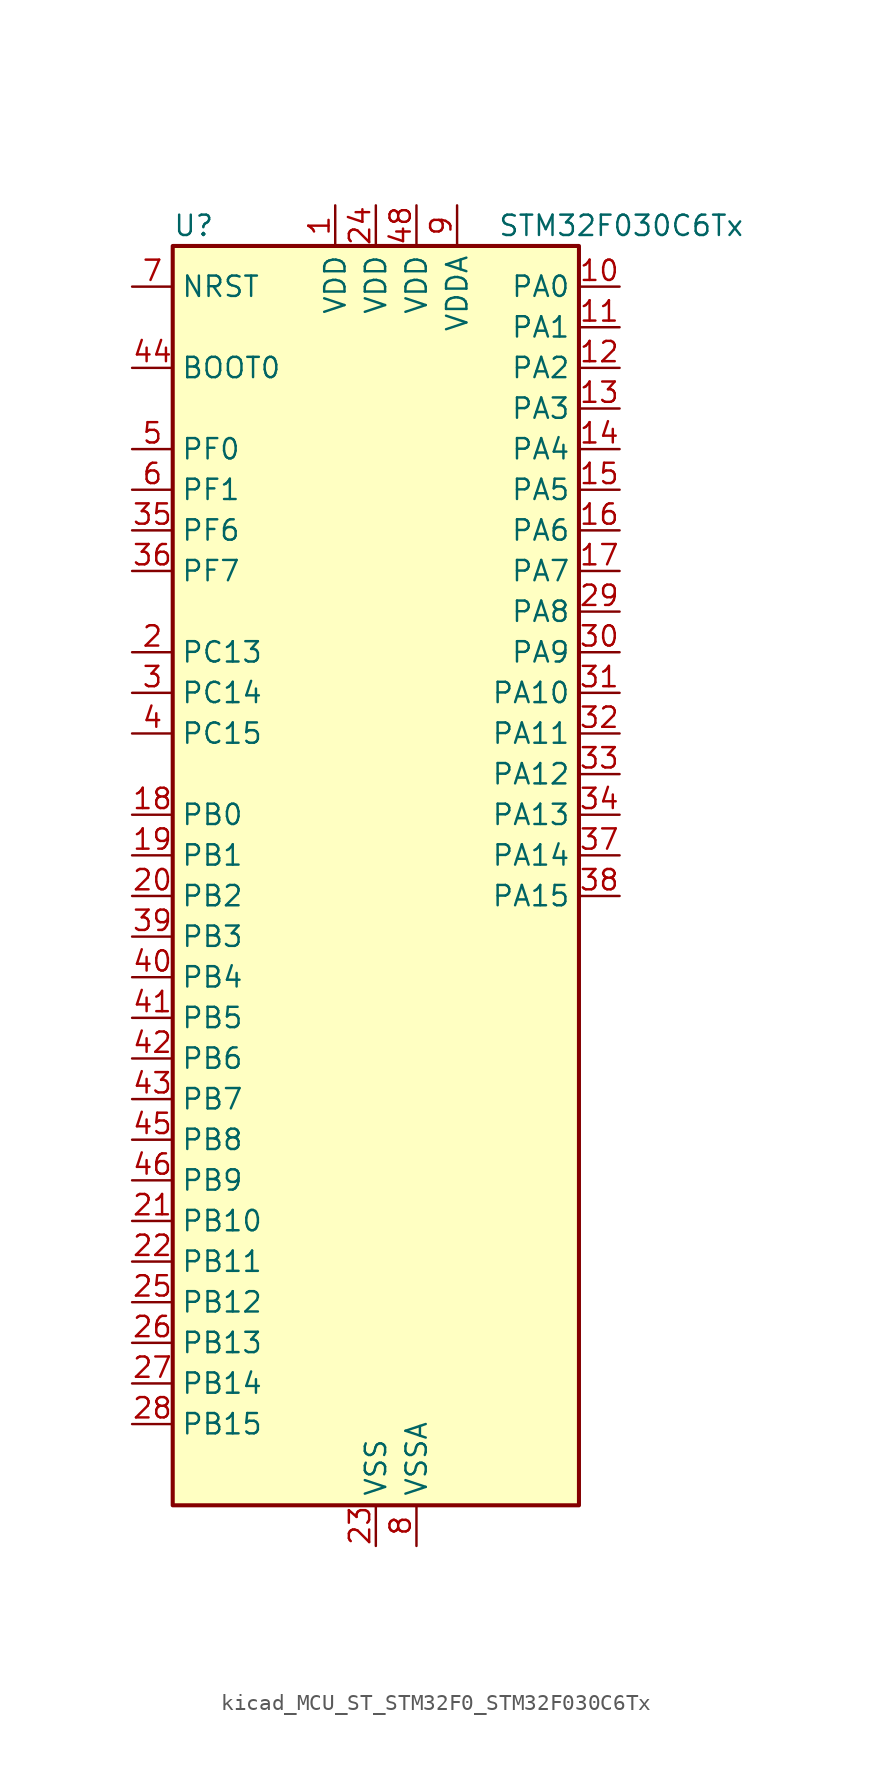
<source format=kicad_sym>
(kicad_symbol_lib
  (version 20220914)
  (generator kicad_symbol_editor)
  (symbol "kicad_MCU_ST_STM32F0_STM32F030C6Tx"
    (property "Reference" "U"
      (at -12.7 41.91 0)
      (effects (font (size 1.27 1.27)) (justify left)))
    (property "Value" "STM32F030C6Tx"
      (at 7.62 41.91 0)
      (effects (font (size 1.27 1.27)) (justify left)))
    (property "ki_locked" ""
      (at 0 0 0)
      (effects (font (size 1.27 1.27))))
    (symbol "kicad_MCU_ST_STM32F0_STM32F030C6Tx_0_1"
      (rectangle (start -12.7 -38.1) (end 12.7 40.64) (stroke (width 0.254) (type default)) (fill (type background))))
    (symbol "kicad_MCU_ST_STM32F0_STM32F030C6Tx_1_1"
      (pin power_in line (at -2.54 43.18 270) (length 2.54) (name "VDD" (effects (font (size 1.27 1.27)))) (number "1" (effects (font (size 1.27 1.27)))))
      (pin bidirectional line (at 15.24 38.1 180) (length 2.54) (name "PA0" (effects (font (size 1.27 1.27)))) (number "10" (effects (font (size 1.27 1.27)))) (alternate "ADC_IN0" bidirectional line) (alternate "RTC_TAMP2" bidirectional line) (alternate "SYS_WKUP1" bidirectional line) (alternate "USART1_CTS" bidirectional line))
      (pin bidirectional line (at 15.24 35.56 180) (length 2.54) (name "PA1" (effects (font (size 1.27 1.27)))) (number "11" (effects (font (size 1.27 1.27)))) (alternate "ADC_IN1" bidirectional line) (alternate "USART1_DE" bidirectional line) (alternate "USART1_RTS" bidirectional line))
      (pin bidirectional line (at 15.24 33.02 180) (length 2.54) (name "PA2" (effects (font (size 1.27 1.27)))) (number "12" (effects (font (size 1.27 1.27)))) (alternate "ADC_IN2" bidirectional line) (alternate "USART1_TX" bidirectional line))
      (pin bidirectional line (at 15.24 30.48 180) (length 2.54) (name "PA3" (effects (font (size 1.27 1.27)))) (number "13" (effects (font (size 1.27 1.27)))) (alternate "ADC_IN3" bidirectional line) (alternate "USART1_RX" bidirectional line))
      (pin bidirectional line (at 15.24 27.94 180) (length 2.54) (name "PA4" (effects (font (size 1.27 1.27)))) (number "14" (effects (font (size 1.27 1.27)))) (alternate "ADC_IN4" bidirectional line) (alternate "SPI1_NSS" bidirectional line) (alternate "TIM14_CH1" bidirectional line) (alternate "USART1_CK" bidirectional line))
      (pin bidirectional line (at 15.24 25.4 180) (length 2.54) (name "PA5" (effects (font (size 1.27 1.27)))) (number "15" (effects (font (size 1.27 1.27)))) (alternate "ADC_IN5" bidirectional line) (alternate "SPI1_SCK" bidirectional line))
      (pin bidirectional line (at 15.24 22.86 180) (length 2.54) (name "PA6" (effects (font (size 1.27 1.27)))) (number "16" (effects (font (size 1.27 1.27)))) (alternate "ADC_IN6" bidirectional line) (alternate "SPI1_MISO" bidirectional line) (alternate "TIM16_CH1" bidirectional line) (alternate "TIM1_BKIN" bidirectional line) (alternate "TIM3_CH1" bidirectional line))
      (pin bidirectional line (at 15.24 20.32 180) (length 2.54) (name "PA7" (effects (font (size 1.27 1.27)))) (number "17" (effects (font (size 1.27 1.27)))) (alternate "ADC_IN7" bidirectional line) (alternate "SPI1_MOSI" bidirectional line) (alternate "TIM14_CH1" bidirectional line) (alternate "TIM17_CH1" bidirectional line) (alternate "TIM1_CH1N" bidirectional line) (alternate "TIM3_CH2" bidirectional line))
      (pin bidirectional line (at -15.24 5.08 0) (length 2.54) (name "PB0" (effects (font (size 1.27 1.27)))) (number "18" (effects (font (size 1.27 1.27)))) (alternate "ADC_IN8" bidirectional line) (alternate "TIM1_CH2N" bidirectional line) (alternate "TIM3_CH3" bidirectional line))
      (pin bidirectional line (at -15.24 2.54 0) (length 2.54) (name "PB1" (effects (font (size 1.27 1.27)))) (number "19" (effects (font (size 1.27 1.27)))) (alternate "ADC_IN9" bidirectional line) (alternate "TIM14_CH1" bidirectional line) (alternate "TIM1_CH3N" bidirectional line) (alternate "TIM3_CH4" bidirectional line))
      (pin bidirectional line (at -15.24 15.24 0) (length 2.54) (name "PC13" (effects (font (size 1.27 1.27)))) (number "2" (effects (font (size 1.27 1.27)))) (alternate "RTC_OUT_ALARM" bidirectional line) (alternate "RTC_OUT_CALIB" bidirectional line) (alternate "RTC_TAMP1" bidirectional line) (alternate "RTC_TS" bidirectional line) (alternate "SYS_WKUP2" bidirectional line))
      (pin bidirectional line (at -15.24 0 0) (length 2.54) (name "PB2" (effects (font (size 1.27 1.27)))) (number "20" (effects (font (size 1.27 1.27)))))
      (pin bidirectional line (at -15.24 -20.32 0) (length 2.54) (name "PB10" (effects (font (size 1.27 1.27)))) (number "21" (effects (font (size 1.27 1.27)))) (alternate "I2C1_SCL" bidirectional line))
      (pin bidirectional line (at -15.24 -22.86 0) (length 2.54) (name "PB11" (effects (font (size 1.27 1.27)))) (number "22" (effects (font (size 1.27 1.27)))) (alternate "I2C1_SDA" bidirectional line))
      (pin power_in line (at 0 -40.64 90) (length 2.54) (name "VSS" (effects (font (size 1.27 1.27)))) (number "23" (effects (font (size 1.27 1.27)))))
      (pin power_in line (at 0 43.18 270) (length 2.54) (name "VDD" (effects (font (size 1.27 1.27)))) (number "24" (effects (font (size 1.27 1.27)))))
      (pin bidirectional line (at -15.24 -25.4 0) (length 2.54) (name "PB12" (effects (font (size 1.27 1.27)))) (number "25" (effects (font (size 1.27 1.27)))) (alternate "SPI1_NSS" bidirectional line) (alternate "TIM1_BKIN" bidirectional line))
      (pin bidirectional line (at -15.24 -27.94 0) (length 2.54) (name "PB13" (effects (font (size 1.27 1.27)))) (number "26" (effects (font (size 1.27 1.27)))) (alternate "SPI1_SCK" bidirectional line) (alternate "TIM1_CH1N" bidirectional line))
      (pin bidirectional line (at -15.24 -30.48 0) (length 2.54) (name "PB14" (effects (font (size 1.27 1.27)))) (number "27" (effects (font (size 1.27 1.27)))) (alternate "SPI1_MISO" bidirectional line) (alternate "TIM1_CH2N" bidirectional line))
      (pin bidirectional line (at -15.24 -33.02 0) (length 2.54) (name "PB15" (effects (font (size 1.27 1.27)))) (number "28" (effects (font (size 1.27 1.27)))) (alternate "RTC_REFIN" bidirectional line) (alternate "SPI1_MOSI" bidirectional line) (alternate "TIM1_CH3N" bidirectional line))
      (pin bidirectional line (at 15.24 17.78 180) (length 2.54) (name "PA8" (effects (font (size 1.27 1.27)))) (number "29" (effects (font (size 1.27 1.27)))) (alternate "RCC_MCO" bidirectional line) (alternate "TIM1_CH1" bidirectional line) (alternate "USART1_CK" bidirectional line))
      (pin bidirectional line (at -15.24 12.7 0) (length 2.54) (name "PC14" (effects (font (size 1.27 1.27)))) (number "3" (effects (font (size 1.27 1.27)))) (alternate "RCC_OSC32_IN" bidirectional line))
      (pin bidirectional line (at 15.24 15.24 180) (length 2.54) (name "PA9" (effects (font (size 1.27 1.27)))) (number "30" (effects (font (size 1.27 1.27)))) (alternate "I2C1_SCL" bidirectional line) (alternate "TIM1_CH2" bidirectional line) (alternate "USART1_TX" bidirectional line))
      (pin bidirectional line (at 15.24 12.7 180) (length 2.54) (name "PA10" (effects (font (size 1.27 1.27)))) (number "31" (effects (font (size 1.27 1.27)))) (alternate "I2C1_SDA" bidirectional line) (alternate "TIM17_BKIN" bidirectional line) (alternate "TIM1_CH3" bidirectional line) (alternate "USART1_RX" bidirectional line))
      (pin bidirectional line (at 15.24 10.16 180) (length 2.54) (name "PA11" (effects (font (size 1.27 1.27)))) (number "32" (effects (font (size 1.27 1.27)))) (alternate "TIM1_CH4" bidirectional line) (alternate "USART1_CTS" bidirectional line))
      (pin bidirectional line (at 15.24 7.62 180) (length 2.54) (name "PA12" (effects (font (size 1.27 1.27)))) (number "33" (effects (font (size 1.27 1.27)))) (alternate "TIM1_ETR" bidirectional line) (alternate "USART1_DE" bidirectional line) (alternate "USART1_RTS" bidirectional line))
      (pin bidirectional line (at 15.24 5.08 180) (length 2.54) (name "PA13" (effects (font (size 1.27 1.27)))) (number "34" (effects (font (size 1.27 1.27)))) (alternate "IR_OUT" bidirectional line) (alternate "SYS_SWDIO" bidirectional line))
      (pin bidirectional line (at -15.24 22.86 0) (length 2.54) (name "PF6" (effects (font (size 1.27 1.27)))) (number "35" (effects (font (size 1.27 1.27)))) (alternate "I2C1_SCL" bidirectional line))
      (pin bidirectional line (at -15.24 20.32 0) (length 2.54) (name "PF7" (effects (font (size 1.27 1.27)))) (number "36" (effects (font (size 1.27 1.27)))) (alternate "I2C1_SDA" bidirectional line))
      (pin bidirectional line (at 15.24 2.54 180) (length 2.54) (name "PA14" (effects (font (size 1.27 1.27)))) (number "37" (effects (font (size 1.27 1.27)))) (alternate "SYS_SWCLK" bidirectional line) (alternate "USART1_TX" bidirectional line))
      (pin bidirectional line (at 15.24 0 180) (length 2.54) (name "PA15" (effects (font (size 1.27 1.27)))) (number "38" (effects (font (size 1.27 1.27)))) (alternate "SPI1_NSS" bidirectional line) (alternate "USART1_RX" bidirectional line))
      (pin bidirectional line (at -15.24 -2.54 0) (length 2.54) (name "PB3" (effects (font (size 1.27 1.27)))) (number "39" (effects (font (size 1.27 1.27)))) (alternate "SPI1_SCK" bidirectional line))
      (pin bidirectional line (at -15.24 10.16 0) (length 2.54) (name "PC15" (effects (font (size 1.27 1.27)))) (number "4" (effects (font (size 1.27 1.27)))) (alternate "RCC_OSC32_OUT" bidirectional line))
      (pin bidirectional line (at -15.24 -5.08 0) (length 2.54) (name "PB4" (effects (font (size 1.27 1.27)))) (number "40" (effects (font (size 1.27 1.27)))) (alternate "SPI1_MISO" bidirectional line) (alternate "TIM3_CH1" bidirectional line))
      (pin bidirectional line (at -15.24 -7.62 0) (length 2.54) (name "PB5" (effects (font (size 1.27 1.27)))) (number "41" (effects (font (size 1.27 1.27)))) (alternate "I2C1_SMBA" bidirectional line) (alternate "SPI1_MOSI" bidirectional line) (alternate "TIM16_BKIN" bidirectional line) (alternate "TIM3_CH2" bidirectional line))
      (pin bidirectional line (at -15.24 -10.16 0) (length 2.54) (name "PB6" (effects (font (size 1.27 1.27)))) (number "42" (effects (font (size 1.27 1.27)))) (alternate "I2C1_SCL" bidirectional line) (alternate "TIM16_CH1N" bidirectional line) (alternate "USART1_TX" bidirectional line))
      (pin bidirectional line (at -15.24 -12.7 0) (length 2.54) (name "PB7" (effects (font (size 1.27 1.27)))) (number "43" (effects (font (size 1.27 1.27)))) (alternate "I2C1_SDA" bidirectional line) (alternate "TIM17_CH1N" bidirectional line) (alternate "USART1_RX" bidirectional line))
      (pin input line (at -15.24 33.02 0) (length 2.54) (name "BOOT0" (effects (font (size 1.27 1.27)))) (number "44" (effects (font (size 1.27 1.27)))))
      (pin bidirectional line (at -15.24 -15.24 0) (length 2.54) (name "PB8" (effects (font (size 1.27 1.27)))) (number "45" (effects (font (size 1.27 1.27)))) (alternate "I2C1_SCL" bidirectional line) (alternate "TIM16_CH1" bidirectional line))
      (pin bidirectional line (at -15.24 -17.78 0) (length 2.54) (name "PB9" (effects (font (size 1.27 1.27)))) (number "46" (effects (font (size 1.27 1.27)))) (alternate "I2C1_SDA" bidirectional line) (alternate "IR_OUT" bidirectional line) (alternate "TIM17_CH1" bidirectional line))
      (pin passive line (at 0 -40.64 90) (length 2.54) hide (name "VSS" (effects (font (size 1.27 1.27)))) (number "47" (effects (font (size 1.27 1.27)))))
      (pin power_in line (at 2.54 43.18 270) (length 2.54) (name "VDD" (effects (font (size 1.27 1.27)))) (number "48" (effects (font (size 1.27 1.27)))))
      (pin bidirectional line (at -15.24 27.94 0) (length 2.54) (name "PF0" (effects (font (size 1.27 1.27)))) (number "5" (effects (font (size 1.27 1.27)))) (alternate "RCC_OSC_IN" bidirectional line))
      (pin bidirectional line (at -15.24 25.4 0) (length 2.54) (name "PF1" (effects (font (size 1.27 1.27)))) (number "6" (effects (font (size 1.27 1.27)))) (alternate "RCC_OSC_OUT" bidirectional line))
      (pin input line (at -15.24 38.1 0) (length 2.54) (name "NRST" (effects (font (size 1.27 1.27)))) (number "7" (effects (font (size 1.27 1.27)))))
      (pin power_in line (at 2.54 -40.64 90) (length 2.54) (name "VSSA" (effects (font (size 1.27 1.27)))) (number "8" (effects (font (size 1.27 1.27)))))
      (pin power_in line (at 5.08 43.18 270) (length 2.54) (name "VDDA" (effects (font (size 1.27 1.27)))) (number "9" (effects (font (size 1.27 1.27))))))))
</source>
